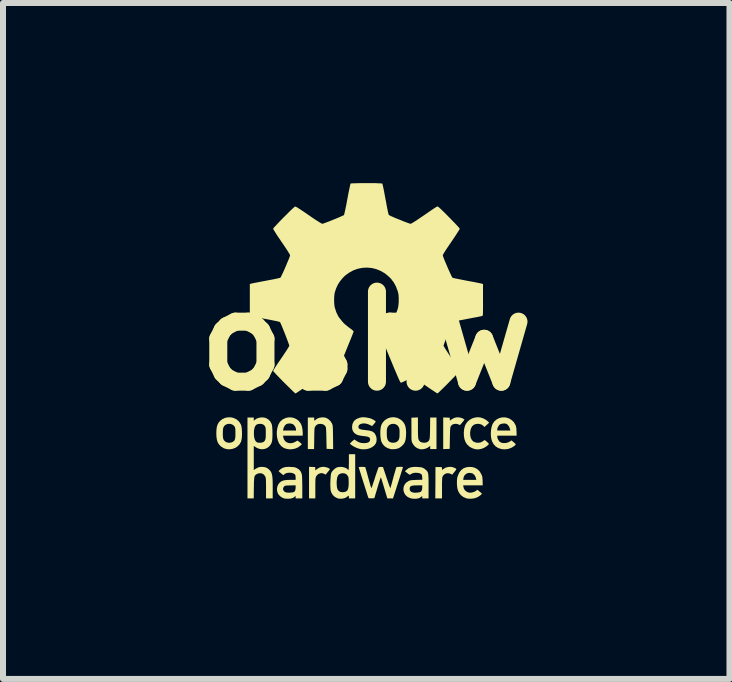
<source format=kicad_pcb>
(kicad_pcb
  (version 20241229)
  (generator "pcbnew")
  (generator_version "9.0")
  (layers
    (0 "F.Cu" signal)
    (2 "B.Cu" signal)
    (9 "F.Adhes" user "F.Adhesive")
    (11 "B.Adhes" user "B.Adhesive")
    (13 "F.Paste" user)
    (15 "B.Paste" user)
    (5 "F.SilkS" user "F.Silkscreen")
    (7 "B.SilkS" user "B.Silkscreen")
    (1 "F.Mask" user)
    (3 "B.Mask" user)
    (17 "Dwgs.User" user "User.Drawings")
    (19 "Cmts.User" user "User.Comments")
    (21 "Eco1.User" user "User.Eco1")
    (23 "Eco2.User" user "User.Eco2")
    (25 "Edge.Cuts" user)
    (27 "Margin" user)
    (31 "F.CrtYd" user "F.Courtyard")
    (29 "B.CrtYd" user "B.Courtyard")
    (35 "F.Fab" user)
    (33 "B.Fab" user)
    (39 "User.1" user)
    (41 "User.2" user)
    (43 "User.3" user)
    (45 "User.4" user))
  (footprint "oshw"
    (layer "F.Cu")
    (at 3.05 2.629)
    (property "Reference" "oshw" (at 0 0 0) (layer "F.SilkS") (effects (font (size 1.5 1.5) (thickness 0.3))))
    (attr board_only exclude_from_pos_files exclude_from_bom)
    (fp_poly (pts (xy 1.461 2.109) (xy 1.498 2.128) (xy 1.5 2.133) (xy 1.497 2.142) (xy 1.488 2.157) (xy 1.47 2.18) (xy 1.469 2.181) (xy 1.431 2.227) (xy 1.405 2.213) (xy 1.372 2.203) (xy 1.339 2.204) (xy 1.309 2.216) (xy 1.284 2.238) (xy 1.273 2.255) (xy 1.27 2.263) (xy 1.267 2.273) (xy 1.265 2.287) (xy 1.264 2.307) (xy 1.263 2.334) (xy 1.262 2.369) (xy 1.262 2.415) (xy 1.262 2.45) (xy 1.262 2.622) (xy 1.206 2.622) (xy 1.15 2.622) (xy 1.152 2.361) (xy 1.153 2.1) (xy 1.206 2.1) (xy 1.258 2.1) (xy 1.261 2.124) (xy 1.263 2.149) (xy 1.284 2.133) (xy 1.325 2.109) (xy 1.37 2.098) (xy 1.416 2.097)) (stroke (width 0) (type solid)) (fill yes) (layer "F.SilkS"))
    (fp_poly (pts (xy 1.55 1.273) (xy 1.593 1.284) (xy 1.615 1.295) (xy 1.636 1.309) (xy 1.624 1.326) (xy 1.612 1.341) (xy 1.596 1.361) (xy 1.586 1.373) (xy 1.56 1.402) (xy 1.54 1.391) (xy 1.513 1.382) (xy 1.483 1.38) (xy 1.455 1.385) (xy 1.437 1.392) (xy 1.426 1.4) (xy 1.417 1.408) (xy 1.41 1.417) (xy 1.404 1.429) (xy 1.401 1.445) (xy 1.398 1.468) (xy 1.396 1.499) (xy 1.395 1.538) (xy 1.394 1.589) (xy 1.393 1.617) (xy 1.39 1.797) (xy 1.336 1.799) (xy 1.282 1.801) (xy 1.282 1.538) (xy 1.282 1.274) (xy 1.336 1.276) (xy 1.39 1.278) (xy 1.392 1.303) (xy 1.394 1.327) (xy 1.423 1.305) (xy 1.462 1.283) (xy 1.505 1.272)) (stroke (width 0) (type solid)) (fill yes) (layer "F.SilkS"))
    (fp_poly (pts (xy -0.902 2.098) (xy -0.851 2.1) (xy -0.849 2.128) (xy -0.847 2.156) (xy -0.821 2.134) (xy -0.784 2.111) (xy -0.742 2.098) (xy -0.698 2.097) (xy -0.654 2.107) (xy -0.639 2.113) (xy -0.621 2.122) (xy -0.608 2.13) (xy -0.605 2.134) (xy -0.609 2.141) (xy -0.619 2.156) (xy -0.634 2.175) (xy -0.641 2.183) (xy -0.677 2.227) (xy -0.699 2.214) (xy -0.729 2.203) (xy -0.762 2.203) (xy -0.792 2.213) (xy -0.818 2.233) (xy -0.833 2.254) (xy -0.837 2.264) (xy -0.841 2.273) (xy -0.844 2.284) (xy -0.845 2.299) (xy -0.847 2.319) (xy -0.847 2.347) (xy -0.848 2.383) (xy -0.848 2.43) (xy -0.848 2.453) (xy -0.848 2.622) (xy -0.9 2.622) (xy -0.953 2.622) (xy -0.953 2.359) (xy -0.953 2.096)) (stroke (width 0) (type solid)) (fill yes) (layer "F.SilkS"))
    (fp_poly (pts (xy 0.861 1.446) (xy 0.861 1.502) (xy 0.862 1.547) (xy 0.863 1.582) (xy 0.865 1.609) (xy 0.868 1.63) (xy 0.873 1.645) (xy 0.879 1.657) (xy 0.888 1.667) (xy 0.896 1.676) (xy 0.918 1.688) (xy 0.946 1.694) (xy 0.977 1.695) (xy 1.005 1.689) (xy 1.017 1.683) (xy 1.029 1.675) (xy 1.039 1.666) (xy 1.047 1.655) (xy 1.052 1.641) (xy 1.057 1.621) (xy 1.059 1.595) (xy 1.061 1.561) (xy 1.062 1.517) (xy 1.063 1.462) (xy 1.063 1.451) (xy 1.065 1.275) (xy 1.118 1.275) (xy 1.17 1.275) (xy 1.17 1.538) (xy 1.17 1.801) (xy 1.117 1.801) (xy 1.065 1.801) (xy 1.065 1.773) (xy 1.065 1.746) (xy 1.05 1.759) (xy 1.019 1.781) (xy 0.981 1.796) (xy 0.941 1.804) (xy 0.903 1.804) (xy 0.89 1.801) (xy 0.844 1.783) (xy 0.806 1.754) (xy 0.777 1.716) (xy 0.768 1.699) (xy 0.763 1.689) (xy 0.76 1.679) (xy 0.757 1.668) (xy 0.755 1.654) (xy 0.754 1.635) (xy 0.753 1.61) (xy 0.753 1.576) (xy 0.753 1.533) (xy 0.753 1.479) (xy 0.753 1.472) (xy 0.752 1.278) (xy 0.807 1.276) (xy 0.861 1.274)) (stroke (width 0) (type solid)) (fill yes) (layer "F.SilkS"))
    (fp_poly (pts (xy -0.671 1.28) (xy -0.663 1.283) (xy -0.629 1.304) (xy -0.598 1.333) (xy -0.575 1.367) (xy -0.571 1.375) (xy -0.566 1.386) (xy -0.563 1.396) (xy -0.56 1.407) (xy -0.558 1.422) (xy -0.557 1.441) (xy -0.555 1.466) (xy -0.555 1.5) (xy -0.554 1.543) (xy -0.553 1.598) (xy -0.553 1.605) (xy -0.551 1.801) (xy -0.606 1.799) (xy -0.66 1.797) (xy -0.664 1.62) (xy -0.665 1.557) (xy -0.667 1.506) (xy -0.669 1.468) (xy -0.672 1.442) (xy -0.674 1.43) (xy -0.675 1.429) (xy -0.695 1.404) (xy -0.721 1.388) (xy -0.755 1.381) (xy -0.79 1.382) (xy -0.818 1.392) (xy -0.84 1.411) (xy -0.849 1.424) (xy -0.853 1.432) (xy -0.857 1.44) (xy -0.86 1.45) (xy -0.862 1.464) (xy -0.863 1.482) (xy -0.864 1.508) (xy -0.865 1.542) (xy -0.866 1.587) (xy -0.866 1.625) (xy -0.869 1.801) (xy -0.921 1.801) (xy -0.973 1.801) (xy -0.973 1.538) (xy -0.973 1.275) (xy -0.92 1.275) (xy -0.867 1.275) (xy -0.867 1.301) (xy -0.866 1.32) (xy -0.861 1.326) (xy -0.851 1.321) (xy -0.841 1.311) (xy -0.816 1.293) (xy -0.783 1.28) (xy -0.745 1.273) (xy -0.707 1.273)) (stroke (width 0) (type solid)) (fill yes) (layer "F.SilkS"))
    (fp_poly (pts (xy 1.908 1.276) (xy 1.914 1.278) (xy 1.957 1.293) (xy 1.996 1.316) (xy 2.028 1.342) (xy 2.031 1.345) (xy 2.047 1.362) (xy 2.008 1.397) (xy 1.969 1.433) (xy 1.953 1.416) (xy 1.924 1.394) (xy 1.887 1.382) (xy 1.86 1.38) (xy 1.819 1.385) (xy 1.786 1.4) (xy 1.761 1.425) (xy 1.743 1.461) (xy 1.737 1.48) (xy 1.73 1.528) (xy 1.732 1.573) (xy 1.741 1.614) (xy 1.758 1.648) (xy 1.782 1.673) (xy 1.794 1.68) (xy 1.829 1.693) (xy 1.867 1.696) (xy 1.904 1.69) (xy 1.936 1.675) (xy 1.952 1.663) (xy 1.964 1.653) (xy 1.974 1.653) (xy 1.982 1.656) (xy 1.995 1.666) (xy 2.012 1.681) (xy 2.021 1.69) (xy 2.036 1.704) (xy 2.041 1.713) (xy 2.04 1.72) (xy 2.034 1.729) (xy 2.033 1.729) (xy 2.007 1.752) (xy 1.973 1.774) (xy 1.936 1.791) (xy 1.924 1.795) (xy 1.884 1.804) (xy 1.846 1.806) (xy 1.811 1.801) (xy 1.762 1.785) (xy 1.719 1.76) (xy 1.682 1.726) (xy 1.656 1.688) (xy 1.637 1.64) (xy 1.627 1.586) (xy 1.625 1.528) (xy 1.63 1.471) (xy 1.643 1.418) (xy 1.656 1.388) (xy 1.683 1.348) (xy 1.719 1.316) (xy 1.762 1.291) (xy 1.81 1.276) (xy 1.86 1.27)) (stroke (width 0) (type solid)) (fill yes) (layer "F.SilkS"))
    (fp_poly (pts (xy -1.25 1.273) (xy -1.204 1.283) (xy -1.161 1.303) (xy -1.124 1.332) (xy -1.094 1.371) (xy -1.089 1.378) (xy -1.072 1.421) (xy -1.062 1.473) (xy -1.058 1.532) (xy -1.058 1.532) (xy -1.058 1.577) (xy -1.222 1.577) (xy -1.386 1.577) (xy -1.382 1.602) (xy -1.371 1.639) (xy -1.35 1.669) (xy -1.322 1.689) (xy -1.289 1.701) (xy -1.252 1.703) (xy -1.213 1.695) (xy -1.174 1.676) (xy -1.159 1.666) (xy -1.151 1.661) (xy -1.144 1.661) (xy -1.134 1.667) (xy -1.118 1.679) (xy -1.108 1.687) (xy -1.071 1.719) (xy -1.099 1.745) (xy -1.135 1.772) (xy -1.179 1.791) (xy -1.228 1.802) (xy -1.277 1.805) (xy -1.324 1.798) (xy -1.326 1.797) (xy -1.362 1.786) (xy -1.389 1.772) (xy -1.413 1.753) (xy -1.423 1.743) (xy -1.451 1.707) (xy -1.471 1.661) (xy -1.484 1.61) (xy -1.49 1.556) (xy -1.489 1.501) (xy -1.487 1.492) (xy -1.386 1.492) (xy -1.278 1.492) (xy -1.17 1.492) (xy -1.17 1.473) (xy -1.175 1.448) (xy -1.188 1.421) (xy -1.207 1.398) (xy -1.222 1.386) (xy -1.253 1.376) (xy -1.286 1.374) (xy -1.318 1.38) (xy -1.335 1.388) (xy -1.358 1.411) (xy -1.375 1.444) (xy -1.382 1.47) (xy -1.386 1.492) (xy -1.487 1.492) (xy -1.48 1.447) (xy -1.465 1.398) (xy -1.442 1.355) (xy -1.424 1.334) (xy -1.386 1.303) (xy -1.343 1.283) (xy -1.297 1.273)) (stroke (width 0) (type solid)) (fill yes) (layer "F.SilkS"))
    (fp_poly (pts (xy 1.765 2.1) (xy 1.813 2.114) (xy 1.855 2.139) (xy 1.89 2.174) (xy 1.913 2.213) (xy 1.923 2.233) (xy 1.93 2.251) (xy 1.934 2.27) (xy 1.936 2.293) (xy 1.938 2.324) (xy 1.938 2.331) (xy 1.94 2.405) (xy 1.778 2.405) (xy 1.615 2.405) (xy 1.619 2.433) (xy 1.629 2.466) (xy 1.651 2.494) (xy 1.68 2.515) (xy 1.715 2.527) (xy 1.744 2.527) (xy 1.778 2.52) (xy 1.809 2.508) (xy 1.832 2.494) (xy 1.851 2.478) (xy 1.887 2.508) (xy 1.905 2.523) (xy 1.918 2.535) (xy 1.925 2.541) (xy 1.925 2.541) (xy 1.924 2.548) (xy 1.914 2.559) (xy 1.898 2.573) (xy 1.878 2.587) (xy 1.857 2.6) (xy 1.844 2.606) (xy 1.808 2.619) (xy 1.765 2.626) (xy 1.722 2.628) (xy 1.682 2.624) (xy 1.665 2.62) (xy 1.616 2.598) (xy 1.577 2.568) (xy 1.555 2.541) (xy 1.536 2.51) (xy 1.523 2.476) (xy 1.515 2.437) (xy 1.511 2.39) (xy 1.51 2.362) (xy 1.511 2.327) (xy 1.512 2.313) (xy 1.615 2.313) (xy 1.724 2.313) (xy 1.833 2.313) (xy 1.829 2.292) (xy 1.817 2.256) (xy 1.797 2.227) (xy 1.771 2.207) (xy 1.765 2.205) (xy 1.728 2.197) (xy 1.693 2.2) (xy 1.663 2.214) (xy 1.639 2.236) (xy 1.623 2.267) (xy 1.619 2.286) (xy 1.615 2.313) (xy 1.512 2.313) (xy 1.513 2.3) (xy 1.516 2.277) (xy 1.523 2.253) (xy 1.527 2.242) (xy 1.55 2.191) (xy 1.58 2.152) (xy 1.617 2.123) (xy 1.662 2.105) (xy 1.709 2.098)) (stroke (width 0) (type solid)) (fill yes) (layer "F.SilkS"))
    (fp_poly (pts (xy 2.328 1.275) (xy 2.378 1.29) (xy 2.422 1.317) (xy 2.458 1.352) (xy 2.485 1.397) (xy 2.492 1.415) (xy 2.497 1.436) (xy 2.501 1.463) (xy 2.502 1.499) (xy 2.503 1.503) (xy 2.505 1.577) (xy 2.344 1.577) (xy 2.182 1.577) (xy 2.182 1.595) (xy 2.187 1.623) (xy 2.201 1.651) (xy 2.219 1.675) (xy 2.228 1.683) (xy 2.256 1.696) (xy 2.288 1.701) (xy 2.331 1.699) (xy 2.369 1.687) (xy 2.396 1.672) (xy 2.419 1.656) (xy 2.455 1.686) (xy 2.473 1.702) (xy 2.485 1.714) (xy 2.491 1.721) (xy 2.491 1.721) (xy 2.485 1.73) (xy 2.472 1.744) (xy 2.452 1.758) (xy 2.43 1.772) (xy 2.421 1.777) (xy 2.37 1.797) (xy 2.314 1.805) (xy 2.259 1.802) (xy 2.251 1.8) (xy 2.2 1.784) (xy 2.157 1.758) (xy 2.123 1.721) (xy 2.097 1.675) (xy 2.084 1.633) (xy 2.077 1.589) (xy 2.075 1.54) (xy 2.078 1.492) (xy 2.182 1.492) (xy 2.291 1.492) (xy 2.4 1.492) (xy 2.395 1.47) (xy 2.382 1.432) (xy 2.362 1.402) (xy 2.346 1.388) (xy 2.33 1.379) (xy 2.314 1.375) (xy 2.291 1.374) (xy 2.284 1.375) (xy 2.25 1.38) (xy 2.226 1.39) (xy 2.226 1.39) (xy 2.209 1.408) (xy 2.194 1.432) (xy 2.184 1.458) (xy 2.182 1.474) (xy 2.182 1.492) (xy 2.078 1.492) (xy 2.078 1.489) (xy 2.086 1.44) (xy 2.099 1.398) (xy 2.107 1.379) (xy 2.135 1.338) (xy 2.172 1.307) (xy 2.215 1.285) (xy 2.263 1.273) (xy 2.314 1.273)) (stroke (width 0) (type solid)) (fill yes) (layer "F.SilkS"))
    (fp_poly (pts (xy -2.255 1.272) (xy -2.208 1.283) (xy -2.165 1.303) (xy -2.128 1.333) (xy -2.117 1.346) (xy -2.102 1.367) (xy -2.09 1.389) (xy -2.086 1.396) (xy -2.078 1.425) (xy -2.073 1.462) (xy -2.07 1.506) (xy -2.069 1.552) (xy -2.071 1.597) (xy -2.076 1.637) (xy -2.083 1.67) (xy -2.086 1.679) (xy -2.111 1.722) (xy -2.145 1.757) (xy -2.186 1.783) (xy -2.234 1.799) (xy -2.285 1.805) (xy -2.327 1.801) (xy -2.375 1.786) (xy -2.418 1.758) (xy -2.433 1.745) (xy -2.458 1.716) (xy -2.476 1.683) (xy -2.488 1.643) (xy -2.495 1.596) (xy -2.497 1.538) (xy -2.389 1.538) (xy -2.388 1.581) (xy -2.385 1.613) (xy -2.379 1.637) (xy -2.368 1.656) (xy -2.353 1.671) (xy -2.34 1.681) (xy -2.313 1.692) (xy -2.28 1.696) (xy -2.247 1.691) (xy -2.228 1.683) (xy -2.21 1.672) (xy -2.196 1.658) (xy -2.188 1.64) (xy -2.182 1.615) (xy -2.179 1.582) (xy -2.179 1.538) (xy -2.179 1.538) (xy -2.179 1.501) (xy -2.18 1.474) (xy -2.182 1.455) (xy -2.185 1.441) (xy -2.19 1.43) (xy -2.192 1.427) (xy -2.213 1.403) (xy -2.241 1.387) (xy -2.274 1.38) (xy -2.307 1.382) (xy -2.337 1.393) (xy -2.34 1.395) (xy -2.359 1.41) (xy -2.372 1.426) (xy -2.381 1.446) (xy -2.386 1.472) (xy -2.388 1.508) (xy -2.389 1.538) (xy -2.497 1.538) (xy -2.495 1.481) (xy -2.489 1.434) (xy -2.477 1.395) (xy -2.46 1.362) (xy -2.436 1.333) (xy -2.434 1.331) (xy -2.395 1.301) (xy -2.351 1.281) (xy -2.303 1.272)) (stroke (width 0) (type solid)) (fill yes) (layer "F.SilkS"))
    (fp_poly (pts (xy 0.468 1.271) (xy 0.518 1.281) (xy 0.561 1.302) (xy 0.595 1.328) (xy 0.62 1.356) (xy 0.639 1.386) (xy 0.652 1.421) (xy 0.66 1.464) (xy 0.664 1.516) (xy 0.664 1.538) (xy 0.661 1.599) (xy 0.654 1.649) (xy 0.641 1.689) (xy 0.637 1.696) (xy 0.619 1.723) (xy 0.592 1.75) (xy 0.563 1.773) (xy 0.539 1.787) (xy 0.504 1.797) (xy 0.463 1.803) (xy 0.423 1.803) (xy 0.402 1.8) (xy 0.354 1.784) (xy 0.311 1.758) (xy 0.277 1.722) (xy 0.255 1.684) (xy 0.245 1.653) (xy 0.239 1.613) (xy 0.235 1.567) (xy 0.235 1.538) (xy 0.342 1.538) (xy 0.343 1.585) (xy 0.349 1.622) (xy 0.358 1.649) (xy 0.373 1.669) (xy 0.393 1.684) (xy 0.394 1.684) (xy 0.425 1.694) (xy 0.458 1.695) (xy 0.489 1.689) (xy 0.506 1.681) (xy 0.526 1.666) (xy 0.539 1.649) (xy 0.548 1.628) (xy 0.553 1.601) (xy 0.555 1.564) (xy 0.555 1.541) (xy 0.555 1.505) (xy 0.554 1.479) (xy 0.551 1.46) (xy 0.546 1.446) (xy 0.542 1.436) (xy 0.521 1.406) (xy 0.492 1.388) (xy 0.457 1.38) (xy 0.451 1.38) (xy 0.413 1.385) (xy 0.383 1.4) (xy 0.361 1.425) (xy 0.357 1.433) (xy 0.35 1.447) (xy 0.346 1.462) (xy 0.343 1.481) (xy 0.342 1.507) (xy 0.342 1.538) (xy 0.235 1.538) (xy 0.234 1.519) (xy 0.237 1.472) (xy 0.243 1.431) (xy 0.252 1.399) (xy 0.252 1.397) (xy 0.277 1.354) (xy 0.311 1.319) (xy 0.353 1.292) (xy 0.4 1.275) (xy 0.449 1.27)) (stroke (width 0) (type solid)) (fill yes) (layer "F.SilkS"))
    (fp_poly (pts (xy -0.184 2.254) (xy -0.184 2.622) (xy -0.237 2.622) (xy -0.289 2.622) (xy -0.289 2.599) (xy -0.291 2.582) (xy -0.297 2.577) (xy -0.307 2.584) (xy -0.31 2.587) (xy -0.332 2.605) (xy -0.362 2.618) (xy -0.398 2.626) (xy -0.435 2.628) (xy -0.47 2.623) (xy -0.48 2.62) (xy -0.522 2.598) (xy -0.556 2.567) (xy -0.58 2.528) (xy -0.592 2.493) (xy -0.595 2.468) (xy -0.597 2.434) (xy -0.598 2.395) (xy -0.598 2.358) (xy -0.493 2.358) (xy -0.491 2.408) (xy -0.486 2.446) (xy -0.476 2.475) (xy -0.461 2.495) (xy -0.441 2.51) (xy -0.43 2.514) (xy -0.396 2.52) (xy -0.36 2.516) (xy -0.335 2.506) (xy -0.318 2.493) (xy -0.307 2.474) (xy -0.299 2.449) (xy -0.294 2.415) (xy -0.292 2.37) (xy -0.292 2.359) (xy -0.293 2.323) (xy -0.294 2.297) (xy -0.296 2.278) (xy -0.3 2.264) (xy -0.306 2.251) (xy -0.326 2.224) (xy -0.353 2.208) (xy -0.388 2.203) (xy -0.4 2.203) (xy -0.431 2.21) (xy -0.456 2.223) (xy -0.473 2.246) (xy -0.485 2.278) (xy -0.491 2.321) (xy -0.493 2.358) (xy -0.598 2.358) (xy -0.597 2.353) (xy -0.596 2.31) (xy -0.593 2.27) (xy -0.59 2.236) (xy -0.586 2.209) (xy -0.582 2.197) (xy -0.567 2.171) (xy -0.543 2.145) (xy -0.516 2.122) (xy -0.489 2.107) (xy -0.481 2.104) (xy -0.445 2.098) (xy -0.407 2.098) (xy -0.37 2.105) (xy -0.337 2.117) (xy -0.313 2.134) (xy -0.31 2.138) (xy -0.3 2.147) (xy -0.295 2.149) (xy -0.293 2.143) (xy -0.292 2.125) (xy -0.29 2.099) (xy -0.29 2.065) (xy -0.289 2.026) (xy -0.289 2.018) (xy -0.289 1.886) (xy -0.237 1.886) (xy -0.184 1.886)) (stroke (width 0) (type solid)) (fill yes) (layer "F.SilkS"))
    (fp_poly (pts (xy -0.012 1.273) (xy 0.026 1.279) (xy 0.061 1.287) (xy 0.085 1.295) (xy 0.109 1.307) (xy 0.132 1.32) (xy 0.149 1.332) (xy 0.157 1.341) (xy 0.158 1.343) (xy 0.154 1.35) (xy 0.143 1.365) (xy 0.129 1.383) (xy 0.128 1.383) (xy 0.098 1.418) (xy 0.058 1.398) (xy 0.022 1.383) (xy -0.015 1.375) (xy -0.049 1.373) (xy -0.079 1.378) (xy -0.104 1.388) (xy -0.122 1.403) (xy -0.13 1.423) (xy -0.129 1.442) (xy -0.123 1.455) (xy -0.11 1.465) (xy -0.09 1.473) (xy -0.06 1.479) (xy -0.019 1.484) (xy -0.009 1.485) (xy 0.039 1.491) (xy 0.076 1.499) (xy 0.105 1.51) (xy 0.127 1.526) (xy 0.145 1.546) (xy 0.146 1.548) (xy 0.164 1.585) (xy 0.173 1.627) (xy 0.171 1.669) (xy 0.17 1.677) (xy 0.156 1.713) (xy 0.131 1.744) (xy 0.097 1.769) (xy 0.055 1.789) (xy 0.008 1.801) (xy -0.043 1.805) (xy -0.096 1.801) (xy -0.099 1.8) (xy -0.131 1.791) (xy -0.169 1.777) (xy -0.205 1.759) (xy -0.237 1.74) (xy -0.25 1.73) (xy -0.273 1.71) (xy -0.253 1.689) (xy -0.236 1.672) (xy -0.218 1.657) (xy -0.215 1.655) (xy -0.196 1.641) (xy -0.167 1.662) (xy -0.128 1.685) (xy -0.086 1.698) (xy -0.039 1.702) (xy 0.004 1.699) (xy 0.035 1.689) (xy 0.056 1.673) (xy 0.064 1.65) (xy 0.064 1.635) (xy 0.06 1.619) (xy 0.051 1.607) (xy 0.034 1.598) (xy 0.009 1.591) (xy -0.028 1.586) (xy -0.045 1.584) (xy -0.099 1.577) (xy -0.142 1.567) (xy -0.175 1.551) (xy -0.2 1.531) (xy -0.219 1.505) (xy -0.224 1.495) (xy -0.232 1.472) (xy -0.236 1.445) (xy -0.236 1.437) (xy -0.231 1.39) (xy -0.215 1.35) (xy -0.189 1.318) (xy -0.151 1.294) (xy -0.103 1.277) (xy -0.075 1.272) (xy -0.047 1.27)) (stroke (width 0) (type solid)) (fill yes) (layer "F.SilkS"))
    (fp_poly (pts (xy -1.261 2.098) (xy -1.227 2.1) (xy -1.203 2.102) (xy -1.184 2.106) (xy -1.166 2.113) (xy -1.152 2.12) (xy -1.117 2.143) (xy -1.093 2.172) (xy -1.077 2.208) (xy -1.071 2.234) (xy -1.07 2.253) (xy -1.068 2.282) (xy -1.067 2.32) (xy -1.066 2.363) (xy -1.065 2.411) (xy -1.065 2.45) (xy -1.065 2.622) (xy -1.12 2.622) (xy -1.176 2.622) (xy -1.176 2.601) (xy -1.176 2.58) (xy -1.191 2.594) (xy -1.22 2.614) (xy -1.256 2.625) (xy -1.302 2.628) (xy -1.303 2.628) (xy -1.33 2.627) (xy -1.354 2.625) (xy -1.371 2.622) (xy -1.404 2.607) (xy -1.435 2.585) (xy -1.46 2.559) (xy -1.471 2.542) (xy -1.484 2.502) (xy -1.486 2.474) (xy -1.385 2.474) (xy -1.375 2.496) (xy -1.356 2.514) (xy -1.33 2.524) (xy -1.308 2.526) (xy -1.281 2.527) (xy -1.252 2.525) (xy -1.226 2.522) (xy -1.207 2.517) (xy -1.202 2.515) (xy -1.187 2.499) (xy -1.179 2.474) (xy -1.176 2.441) (xy -1.176 2.404) (xy -1.266 2.406) (xy -1.301 2.407) (xy -1.327 2.408) (xy -1.343 2.41) (xy -1.354 2.413) (xy -1.362 2.418) (xy -1.368 2.424) (xy -1.371 2.427) (xy -1.384 2.45) (xy -1.385 2.474) (xy -1.486 2.474) (xy -1.487 2.46) (xy -1.479 2.419) (xy -1.461 2.382) (xy -1.437 2.355) (xy -1.415 2.339) (xy -1.389 2.327) (xy -1.357 2.319) (xy -1.316 2.315) (xy -1.266 2.313) (xy -1.261 2.313) (xy -1.176 2.313) (xy -1.176 2.275) (xy -1.178 2.246) (xy -1.184 2.228) (xy -1.188 2.223) (xy -1.209 2.208) (xy -1.238 2.198) (xy -1.271 2.194) (xy -1.305 2.196) (xy -1.336 2.203) (xy -1.36 2.216) (xy -1.363 2.219) (xy -1.38 2.236) (xy -1.419 2.205) (xy -1.438 2.189) (xy -1.452 2.176) (xy -1.459 2.169) (xy -1.459 2.168) (xy -1.454 2.161) (xy -1.442 2.149) (xy -1.431 2.139) (xy -1.404 2.12) (xy -1.373 2.107) (xy -1.336 2.099) (xy -1.291 2.097)) (stroke (width 0) (type solid)) (fill yes) (layer "F.SilkS"))
    (fp_poly (pts (xy 0.844 2.098) (xy 0.885 2.101) (xy 0.917 2.105) (xy 0.941 2.112) (xy 0.962 2.123) (xy 0.982 2.138) (xy 0.985 2.14) (xy 0.999 2.153) (xy 1.01 2.164) (xy 1.019 2.176) (xy 1.026 2.191) (xy 1.031 2.209) (xy 1.034 2.233) (xy 1.036 2.264) (xy 1.038 2.303) (xy 1.038 2.352) (xy 1.038 2.412) (xy 1.038 2.42) (xy 1.038 2.622) (xy 0.986 2.622) (xy 0.933 2.622) (xy 0.933 2.602) (xy 0.933 2.582) (xy 0.913 2.598) (xy 0.893 2.612) (xy 0.87 2.621) (xy 0.869 2.622) (xy 0.837 2.627) (xy 0.798 2.628) (xy 0.76 2.625) (xy 0.728 2.617) (xy 0.728 2.617) (xy 0.688 2.597) (xy 0.656 2.569) (xy 0.635 2.536) (xy 0.622 2.5) (xy 0.619 2.466) (xy 0.723 2.466) (xy 0.729 2.491) (xy 0.744 2.51) (xy 0.765 2.52) (xy 0.784 2.524) (xy 0.792 2.526) (xy 0.81 2.528) (xy 0.835 2.527) (xy 0.862 2.524) (xy 0.887 2.52) (xy 0.904 2.514) (xy 0.906 2.513) (xy 0.921 2.497) (xy 0.93 2.473) (xy 0.933 2.438) (xy 0.933 2.438) (xy 0.933 2.405) (xy 0.851 2.405) (xy 0.806 2.406) (xy 0.773 2.409) (xy 0.749 2.416) (xy 0.734 2.426) (xy 0.726 2.441) (xy 0.723 2.461) (xy 0.723 2.466) (xy 0.619 2.466) (xy 0.619 2.462) (xy 0.625 2.424) (xy 0.641 2.389) (xy 0.667 2.358) (xy 0.703 2.334) (xy 0.71 2.33) (xy 0.724 2.325) (xy 0.74 2.321) (xy 0.76 2.318) (xy 0.788 2.316) (xy 0.826 2.315) (xy 0.836 2.314) (xy 0.933 2.312) (xy 0.933 2.278) (xy 0.931 2.255) (xy 0.927 2.235) (xy 0.925 2.228) (xy 0.91 2.213) (xy 0.887 2.203) (xy 0.857 2.197) (xy 0.824 2.195) (xy 0.792 2.198) (xy 0.763 2.207) (xy 0.741 2.22) (xy 0.74 2.22) (xy 0.733 2.226) (xy 0.726 2.228) (xy 0.717 2.225) (xy 0.703 2.215) (xy 0.685 2.202) (xy 0.644 2.17) (xy 0.673 2.144) (xy 0.701 2.122) (xy 0.733 2.108) (xy 0.77 2.1) (xy 0.816 2.097)) (stroke (width 0) (type solid)) (fill yes) (layer "F.SilkS"))
    (fp_poly (pts (xy 0.592 2.097) (xy 0.607 2.098) (xy 0.611 2.101) (xy 0.61 2.107) (xy 0.606 2.12) (xy 0.599 2.143) (xy 0.589 2.174) (xy 0.576 2.215) (xy 0.56 2.267) (xy 0.54 2.33) (xy 0.516 2.404) (xy 0.492 2.479) (xy 0.446 2.622) (xy 0.398 2.622) (xy 0.351 2.622) (xy 0.299 2.448) (xy 0.285 2.402) (xy 0.273 2.361) (xy 0.262 2.325) (xy 0.253 2.297) (xy 0.247 2.279) (xy 0.243 2.271) (xy 0.243 2.271) (xy 0.241 2.276) (xy 0.235 2.292) (xy 0.226 2.318) (xy 0.215 2.352) (xy 0.202 2.392) (xy 0.189 2.437) (xy 0.187 2.444) (xy 0.135 2.619) (xy 0.088 2.621) (xy 0.064 2.621) (xy 0.046 2.62) (xy 0.038 2.618) (xy 0.038 2.617) (xy 0.035 2.61) (xy 0.028 2.591) (xy 0.019 2.563) (xy 0.008 2.528) (xy -0.005 2.486) (xy -0.02 2.441) (xy -0.035 2.392) (xy -0.051 2.343) (xy -0.066 2.294) (xy -0.081 2.248) (xy -0.094 2.205) (xy -0.106 2.168) (xy -0.115 2.137) (xy -0.122 2.116) (xy -0.125 2.105) (xy -0.125 2.104) (xy -0.119 2.1) (xy -0.104 2.098) (xy -0.083 2.097) (xy -0.06 2.097) (xy -0.038 2.098) (xy -0.023 2.1) (xy -0.016 2.103) (xy -0.013 2.111) (xy -0.008 2.13) (xy 0.000467 2.158) (xy 0.011 2.194) (xy 0.022 2.236) (xy 0.035 2.282) (xy 0.036 2.286) (xy 0.05 2.337) (xy 0.062 2.378) (xy 0.07 2.408) (xy 0.077 2.428) (xy 0.082 2.441) (xy 0.086 2.447) (xy 0.089 2.448) (xy 0.091 2.444) (xy 0.095 2.433) (xy 0.102 2.411) (xy 0.112 2.381) (xy 0.124 2.344) (xy 0.138 2.303) (xy 0.148 2.27) (xy 0.162 2.226) (xy 0.176 2.187) (xy 0.187 2.153) (xy 0.196 2.127) (xy 0.203 2.11) (xy 0.206 2.104) (xy 0.218 2.099) (xy 0.241 2.098) (xy 0.246 2.098) (xy 0.279 2.1) (xy 0.339 2.28) (xy 0.355 2.326) (xy 0.369 2.367) (xy 0.381 2.401) (xy 0.391 2.427) (xy 0.399 2.445) (xy 0.403 2.452) (xy 0.403 2.451) (xy 0.406 2.442) (xy 0.411 2.423) (xy 0.419 2.394) (xy 0.429 2.358) (xy 0.44 2.316) (xy 0.451 2.277) (xy 0.463 2.232) (xy 0.475 2.192) (xy 0.485 2.157) (xy 0.493 2.129) (xy 0.499 2.111) (xy 0.501 2.105) (xy 0.51 2.101) (xy 0.527 2.098) (xy 0.549 2.097) (xy 0.572 2.096)) (stroke (width 0) (type solid)) (fill yes) (layer "F.SilkS"))
    (fp_poly (pts (xy -1.699 1.276) (xy -1.661 1.288) (xy -1.625 1.312) (xy -1.595 1.345) (xy -1.575 1.385) (xy -1.573 1.393) (xy -1.568 1.417) (xy -1.565 1.451) (xy -1.563 1.491) (xy -1.562 1.535) (xy -1.562 1.579) (xy -1.564 1.62) (xy -1.567 1.655) (xy -1.572 1.681) (xy -1.573 1.687) (xy -1.594 1.729) (xy -1.622 1.762) (xy -1.657 1.786) (xy -1.698 1.8) (xy -1.741 1.804) (xy -1.785 1.796) (xy -1.829 1.777) (xy -1.838 1.771) (xy -1.873 1.748) (xy -1.873 1.949) (xy -1.873 2.15) (xy -1.845 2.131) (xy -1.808 2.11) (xy -1.772 2.099) (xy -1.73 2.097) (xy -1.722 2.098) (xy -1.684 2.103) (xy -1.653 2.115) (xy -1.625 2.136) (xy -1.614 2.146) (xy -1.599 2.163) (xy -1.587 2.18) (xy -1.578 2.199) (xy -1.571 2.222) (xy -1.565 2.249) (xy -1.562 2.284) (xy -1.559 2.327) (xy -1.558 2.379) (xy -1.558 2.443) (xy -1.558 2.456) (xy -1.558 2.622) (xy -1.613 2.622) (xy -1.669 2.622) (xy -1.669 2.453) (xy -1.669 2.401) (xy -1.67 2.36) (xy -1.67 2.33) (xy -1.671 2.307) (xy -1.673 2.29) (xy -1.675 2.277) (xy -1.678 2.267) (xy -1.682 2.258) (xy -1.684 2.254) (xy -1.705 2.226) (xy -1.732 2.209) (xy -1.764 2.202) (xy -1.797 2.206) (xy -1.82 2.215) (xy -1.834 2.224) (xy -1.845 2.232) (xy -1.853 2.242) (xy -1.86 2.255) (xy -1.864 2.273) (xy -1.867 2.298) (xy -1.869 2.331) (xy -1.871 2.373) (xy -1.871 2.426) (xy -1.872 2.446) (xy -1.874 2.622) (xy -1.926 2.622) (xy -1.978 2.622) (xy -1.978 1.949) (xy -1.978 1.563) (xy -1.871 1.563) (xy -1.866 1.608) (xy -1.855 1.645) (xy -1.84 1.672) (xy -1.82 1.688) (xy -1.818 1.689) (xy -1.796 1.694) (xy -1.768 1.695) (xy -1.74 1.692) (xy -1.718 1.686) (xy -1.715 1.684) (xy -1.699 1.673) (xy -1.688 1.658) (xy -1.68 1.638) (xy -1.675 1.61) (xy -1.673 1.574) (xy -1.673 1.538) (xy -1.673 1.499) (xy -1.674 1.471) (xy -1.676 1.45) (xy -1.68 1.435) (xy -1.684 1.426) (xy -1.702 1.401) (xy -1.728 1.386) (xy -1.762 1.38) (xy -1.769 1.38) (xy -1.803 1.384) (xy -1.829 1.395) (xy -1.848 1.416) (xy -1.861 1.447) (xy -1.869 1.488) (xy -1.871 1.51) (xy -1.871 1.563) (xy -1.978 1.563) (xy -1.978 1.275) (xy -1.926 1.275) (xy -1.873 1.275) (xy -1.873 1.302) (xy -1.873 1.33) (xy -1.858 1.316) (xy -1.825 1.293) (xy -1.786 1.279) (xy -1.742 1.273)) (stroke (width 0) (type solid)) (fill yes) (layer "F.SilkS"))
    (fp_poly (pts (xy 0.077 -2.629) (xy 0.125 -2.629) (xy 0.169 -2.628) (xy 0.207 -2.626) (xy 0.237 -2.625) (xy 0.258 -2.623) (xy 0.268 -2.621) (xy 0.268 -2.621) (xy 0.271 -2.612) (xy 0.275 -2.593) (xy 0.282 -2.563) (xy 0.29 -2.525) (xy 0.299 -2.48) (xy 0.308 -2.43) (xy 0.318 -2.376) (xy 0.329 -2.321) (xy 0.338 -2.269) (xy 0.347 -2.222) (xy 0.355 -2.182) (xy 0.362 -2.15) (xy 0.367 -2.128) (xy 0.369 -2.117) (xy 0.371 -2.11) (xy 0.374 -2.105) (xy 0.378 -2.099) (xy 0.385 -2.094) (xy 0.397 -2.087) (xy 0.413 -2.079) (xy 0.437 -2.069) (xy 0.468 -2.055) (xy 0.509 -2.038) (xy 0.56 -2.018) (xy 0.582 -2.009) (xy 0.623 -1.992) (xy 0.66 -1.978) (xy 0.693 -1.966) (xy 0.718 -1.957) (xy 0.734 -1.952) (xy 0.738 -1.952) (xy 0.748 -1.955) (xy 0.767 -1.965) (xy 0.795 -1.982) (xy 0.833 -2.006) (xy 0.88 -2.038) (xy 0.938 -2.077) (xy 0.956 -2.089) (xy 1.011 -2.127) (xy 1.056 -2.158) (xy 1.092 -2.183) (xy 1.121 -2.202) (xy 1.143 -2.217) (xy 1.16 -2.227) (xy 1.172 -2.234) (xy 1.18 -2.238) (xy 1.186 -2.239) (xy 1.19 -2.239) (xy 1.194 -2.238) (xy 1.195 -2.238) (xy 1.203 -2.232) (xy 1.219 -2.218) (xy 1.242 -2.197) (xy 1.269 -2.171) (xy 1.301 -2.14) (xy 1.335 -2.106) (xy 1.37 -2.07) (xy 1.406 -2.034) (xy 1.44 -1.998) (xy 1.473 -1.965) (xy 1.502 -1.934) (xy 1.526 -1.908) (xy 1.544 -1.887) (xy 1.555 -1.874) (xy 1.558 -1.869) (xy 1.554 -1.861) (xy 1.544 -1.843) (xy 1.527 -1.817) (xy 1.506 -1.784) (xy 1.481 -1.745) (xy 1.452 -1.702) (xy 1.42 -1.655) (xy 1.416 -1.649) (xy 1.373 -1.586) (xy 1.338 -1.534) (xy 1.311 -1.492) (xy 1.291 -1.46) (xy 1.279 -1.438) (xy 1.275 -1.427) (xy 1.275 -1.426) (xy 1.278 -1.415) (xy 1.285 -1.394) (xy 1.296 -1.365) (xy 1.31 -1.33) (xy 1.327 -1.291) (xy 1.344 -1.25) (xy 1.362 -1.208) (xy 1.38 -1.168) (xy 1.397 -1.131) (xy 1.412 -1.099) (xy 1.424 -1.074) (xy 1.433 -1.058) (xy 1.437 -1.053) (xy 1.446 -1.05) (xy 1.467 -1.045) (xy 1.497 -1.039) (xy 1.536 -1.031) (xy 1.581 -1.022) (xy 1.632 -1.012) (xy 1.682 -1.002) (xy 1.737 -0.992) (xy 1.787 -0.983) (xy 1.833 -0.974) (xy 1.871 -0.966) (xy 1.901 -0.96) (xy 1.922 -0.955) (xy 1.93 -0.953) (xy 1.945 -0.947) (xy 1.945 -0.684) (xy 1.945 -0.618) (xy 1.945 -0.565) (xy 1.945 -0.521) (xy 1.944 -0.488) (xy 1.944 -0.462) (xy 1.943 -0.444) (xy 1.941 -0.432) (xy 1.939 -0.424) (xy 1.937 -0.419) (xy 1.934 -0.417) (xy 1.934 -0.417) (xy 1.925 -0.415) (xy 1.905 -0.41) (xy 1.874 -0.404) (xy 1.836 -0.396) (xy 1.79 -0.388) (xy 1.74 -0.378) (xy 1.686 -0.368) (xy 1.62 -0.355) (xy 1.566 -0.345) (xy 1.523 -0.336) (xy 1.49 -0.328) (xy 1.467 -0.322) (xy 1.451 -0.317) (xy 1.443 -0.313) (xy 1.442 -0.312) (xy 1.436 -0.302) (xy 1.427 -0.282) (xy 1.415 -0.253) (xy 1.4 -0.218) (xy 1.384 -0.178) (xy 1.367 -0.136) (xy 1.35 -0.093) (xy 1.334 -0.051) (xy 1.319 -0.012) (xy 1.306 0.023) (xy 1.296 0.05) (xy 1.29 0.07) (xy 1.288 0.078) (xy 1.292 0.088) (xy 1.303 0.107) (xy 1.32 0.135) (xy 1.344 0.172) (xy 1.372 0.216) (xy 1.406 0.266) (xy 1.423 0.29) (xy 1.454 0.335) (xy 1.482 0.378) (xy 1.507 0.416) (xy 1.528 0.448) (xy 1.544 0.473) (xy 1.554 0.49) (xy 1.558 0.498) (xy 1.553 0.505) (xy 1.54 0.519) (xy 1.521 0.541) (xy 1.495 0.568) (xy 1.465 0.599) (xy 1.432 0.633) (xy 1.397 0.669) (xy 1.361 0.706) (xy 1.325 0.742) (xy 1.291 0.776) (xy 1.259 0.807) (xy 1.232 0.833) (xy 1.21 0.854) (xy 1.194 0.868) (xy 1.186 0.874) (xy 1.186 0.874) (xy 1.179 0.87) (xy 1.162 0.86) (xy 1.138 0.844) (xy 1.106 0.823) (xy 1.068 0.798) (xy 1.026 0.769) (xy 0.982 0.739) (xy 0.937 0.708) (xy 0.894 0.68) (xy 0.856 0.655) (xy 0.824 0.634) (xy 0.799 0.618) (xy 0.781 0.608) (xy 0.774 0.605) (xy 0.764 0.608) (xy 0.745 0.616) (xy 0.719 0.628) (xy 0.689 0.644) (xy 0.675 0.651) (xy 0.644 0.667) (xy 0.616 0.681) (xy 0.594 0.69) (xy 0.58 0.695) (xy 0.577 0.695) (xy 0.573 0.693) (xy 0.568 0.686) (xy 0.561 0.673) (xy 0.552 0.655) (xy 0.54 0.629) (xy 0.526 0.597) (xy 0.508 0.555) (xy 0.487 0.505) (xy 0.461 0.445) (xy 0.432 0.374) (xy 0.398 0.292) (xy 0.39 0.274) (xy 0.361 0.204) (xy 0.334 0.137) (xy 0.308 0.074) (xy 0.285 0.016) (xy 0.264 -0.034) (xy 0.247 -0.078) (xy 0.233 -0.113) (xy 0.223 -0.139) (xy 0.218 -0.154) (xy 0.217 -0.157) (xy 0.223 -0.167) (xy 0.24 -0.183) (xy 0.268 -0.205) (xy 0.291 -0.222) (xy 0.354 -0.27) (xy 0.405 -0.32) (xy 0.447 -0.372) (xy 0.482 -0.429) (xy 0.498 -0.464) (xy 0.517 -0.511) (xy 0.53 -0.555) (xy 0.537 -0.6) (xy 0.541 -0.651) (xy 0.541 -0.687) (xy 0.541 -0.725) (xy 0.539 -0.755) (xy 0.536 -0.78) (xy 0.531 -0.804) (xy 0.524 -0.83) (xy 0.495 -0.907) (xy 0.459 -0.974) (xy 0.413 -1.035) (xy 0.376 -1.072) (xy 0.312 -1.125) (xy 0.242 -1.166) (xy 0.169 -1.196) (xy 0.093 -1.215) (xy 0.015 -1.222) (xy -0.062 -1.218) (xy -0.139 -1.203) (xy -0.213 -1.177) (xy -0.283 -1.139) (xy -0.349 -1.091) (xy -0.392 -1.049) (xy -0.437 -0.994) (xy -0.473 -0.938) (xy -0.502 -0.875) (xy -0.524 -0.808) (xy -0.53 -0.773) (xy -0.534 -0.731) (xy -0.535 -0.683) (xy -0.534 -0.635) (xy -0.53 -0.591) (xy -0.524 -0.556) (xy -0.499 -0.479) (xy -0.465 -0.409) (xy -0.42 -0.345) (xy -0.364 -0.286) (xy -0.296 -0.23) (xy -0.285 -0.222) (xy -0.249 -0.196) (xy -0.225 -0.176) (xy -0.212 -0.163) (xy -0.21 -0.157) (xy -0.213 -0.149) (xy -0.22 -0.13) (xy -0.231 -0.101) (xy -0.246 -0.063) (xy -0.265 -0.016) (xy -0.287 0.037) (xy -0.311 0.097) (xy -0.337 0.161) (xy -0.365 0.23) (xy -0.384 0.274) (xy -0.419 0.358) (xy -0.449 0.431) (xy -0.475 0.494) (xy -0.497 0.546) (xy -0.516 0.589) (xy -0.531 0.623) (xy -0.543 0.65) (xy -0.553 0.67) (xy -0.56 0.684) (xy -0.566 0.692) (xy -0.569 0.695) (xy -0.57 0.695) (xy -0.58 0.693) (xy -0.599 0.685) (xy -0.625 0.673) (xy -0.655 0.658) (xy -0.669 0.651) (xy -0.7 0.635) (xy -0.728 0.621) (xy -0.75 0.611) (xy -0.764 0.605) (xy -0.767 0.605) (xy -0.775 0.608) (xy -0.793 0.619) (xy -0.819 0.635) (xy -0.851 0.656) (xy -0.89 0.681) (xy -0.932 0.71) (xy -0.976 0.739) (xy -1.021 0.77) (xy -1.063 0.799) (xy -1.1 0.824) (xy -1.132 0.845) (xy -1.156 0.861) (xy -1.172 0.871) (xy -1.179 0.874) (xy -1.185 0.87) (xy -1.199 0.857) (xy -1.221 0.837) (xy -1.249 0.81) (xy -1.281 0.778) (xy -1.318 0.742) (xy -1.358 0.702) (xy -1.369 0.692) (xy -1.409 0.651) (xy -1.446 0.613) (xy -1.479 0.579) (xy -1.507 0.549) (xy -1.529 0.525) (xy -1.544 0.508) (xy -1.551 0.499) (xy -1.551 0.498) (xy -1.547 0.49) (xy -1.537 0.473) (xy -1.521 0.447) (xy -1.5 0.414) (xy -1.475 0.376) (xy -1.446 0.334) (xy -1.416 0.29) (xy -1.38 0.237) (xy -1.349 0.19) (xy -1.323 0.151) (xy -1.303 0.118) (xy -1.289 0.095) (xy -1.282 0.081) (xy -1.281 0.078) (xy -1.284 0.068) (xy -1.291 0.049) (xy -1.301 0.02) (xy -1.314 -0.014) (xy -1.329 -0.054) (xy -1.345 -0.096) (xy -1.362 -0.139) (xy -1.379 -0.181) (xy -1.395 -0.221) (xy -1.409 -0.255) (xy -1.421 -0.283) (xy -1.43 -0.303) (xy -1.435 -0.312) (xy -1.441 -0.316) (xy -1.453 -0.32) (xy -1.473 -0.326) (xy -1.503 -0.332) (xy -1.542 -0.34) (xy -1.591 -0.35) (xy -1.653 -0.362) (xy -1.673 -0.365) (xy -1.727 -0.376) (xy -1.777 -0.385) (xy -1.823 -0.394) (xy -1.861 -0.402) (xy -1.892 -0.408) (xy -1.912 -0.413) (xy -1.921 -0.415) (xy -1.939 -0.422) (xy -1.939 -0.684) (xy -1.939 -0.947) (xy -1.924 -0.953) (xy -1.914 -0.956) (xy -1.893 -0.96) (xy -1.862 -0.967) (xy -1.823 -0.974) (xy -1.777 -0.983) (xy -1.726 -0.993) (xy -1.676 -1.002) (xy -1.622 -1.013) (xy -1.571 -1.022) (xy -1.526 -1.031) (xy -1.488 -1.039) (xy -1.458 -1.046) (xy -1.439 -1.051) (xy -1.431 -1.053) (xy -1.425 -1.061) (xy -1.415 -1.08) (xy -1.402 -1.107) (xy -1.386 -1.14) (xy -1.369 -1.178) (xy -1.351 -1.219) (xy -1.333 -1.261) (xy -1.316 -1.302) (xy -1.3 -1.34) (xy -1.286 -1.373) (xy -1.276 -1.4) (xy -1.27 -1.419) (xy -1.269 -1.426) (xy -1.272 -1.437) (xy -1.284 -1.458) (xy -1.303 -1.489) (xy -1.329 -1.53) (xy -1.364 -1.582) (xy -1.406 -1.644) (xy -1.41 -1.649) (xy -1.441 -1.696) (xy -1.471 -1.739) (xy -1.497 -1.779) (xy -1.518 -1.813) (xy -1.535 -1.84) (xy -1.546 -1.859) (xy -1.551 -1.868) (xy -1.551 -1.869) (xy -1.546 -1.876) (xy -1.534 -1.892) (xy -1.514 -1.914) (xy -1.488 -1.942) (xy -1.459 -1.973) (xy -1.425 -2.008) (xy -1.39 -2.044) (xy -1.354 -2.08) (xy -1.318 -2.115) (xy -1.285 -2.149) (xy -1.254 -2.179) (xy -1.227 -2.204) (xy -1.206 -2.223) (xy -1.191 -2.235) (xy -1.185 -2.238) (xy -1.179 -2.238) (xy -1.167 -2.233) (xy -1.149 -2.223) (xy -1.125 -2.208) (xy -1.093 -2.187) (xy -1.052 -2.16) (xy -1.002 -2.126) (xy -0.96 -2.097) (xy -0.899 -2.055) (xy -0.849 -2.021) (xy -0.808 -1.995) (xy -0.776 -1.975) (xy -0.753 -1.961) (xy -0.737 -1.954) (xy -0.731 -1.952) (xy -0.72 -1.954) (xy -0.7 -1.961) (xy -0.671 -1.972) (xy -0.636 -1.985) (xy -0.597 -2) (xy -0.556 -2.017) (xy -0.515 -2.033) (xy -0.475 -2.05) (xy -0.439 -2.065) (xy -0.409 -2.079) (xy -0.386 -2.089) (xy -0.373 -2.096) (xy -0.371 -2.098) (xy -0.368 -2.106) (xy -0.363 -2.126) (xy -0.356 -2.155) (xy -0.348 -2.194) (xy -0.338 -2.239) (xy -0.328 -2.29) (xy -0.318 -2.346) (xy -0.315 -2.359) (xy -0.305 -2.415) (xy -0.295 -2.468) (xy -0.285 -2.515) (xy -0.277 -2.555) (xy -0.27 -2.587) (xy -0.265 -2.609) (xy -0.262 -2.62) (xy -0.261 -2.621) (xy -0.253 -2.623) (xy -0.234 -2.625) (xy -0.204 -2.626) (xy -0.167 -2.627) (xy -0.124 -2.628) (xy -0.076 -2.629) (xy -0.025 -2.629) (xy 0.026 -2.629)) (stroke (width 0) (type solid)) (fill yes) (layer "F.SilkS")))
  (gr_rect
    (start -3 -3)
    (end 9.1 8.258)
    (stroke (width 0.1) (type default))
    (fill no)
    (layer "Edge.Cuts")))
</source>
